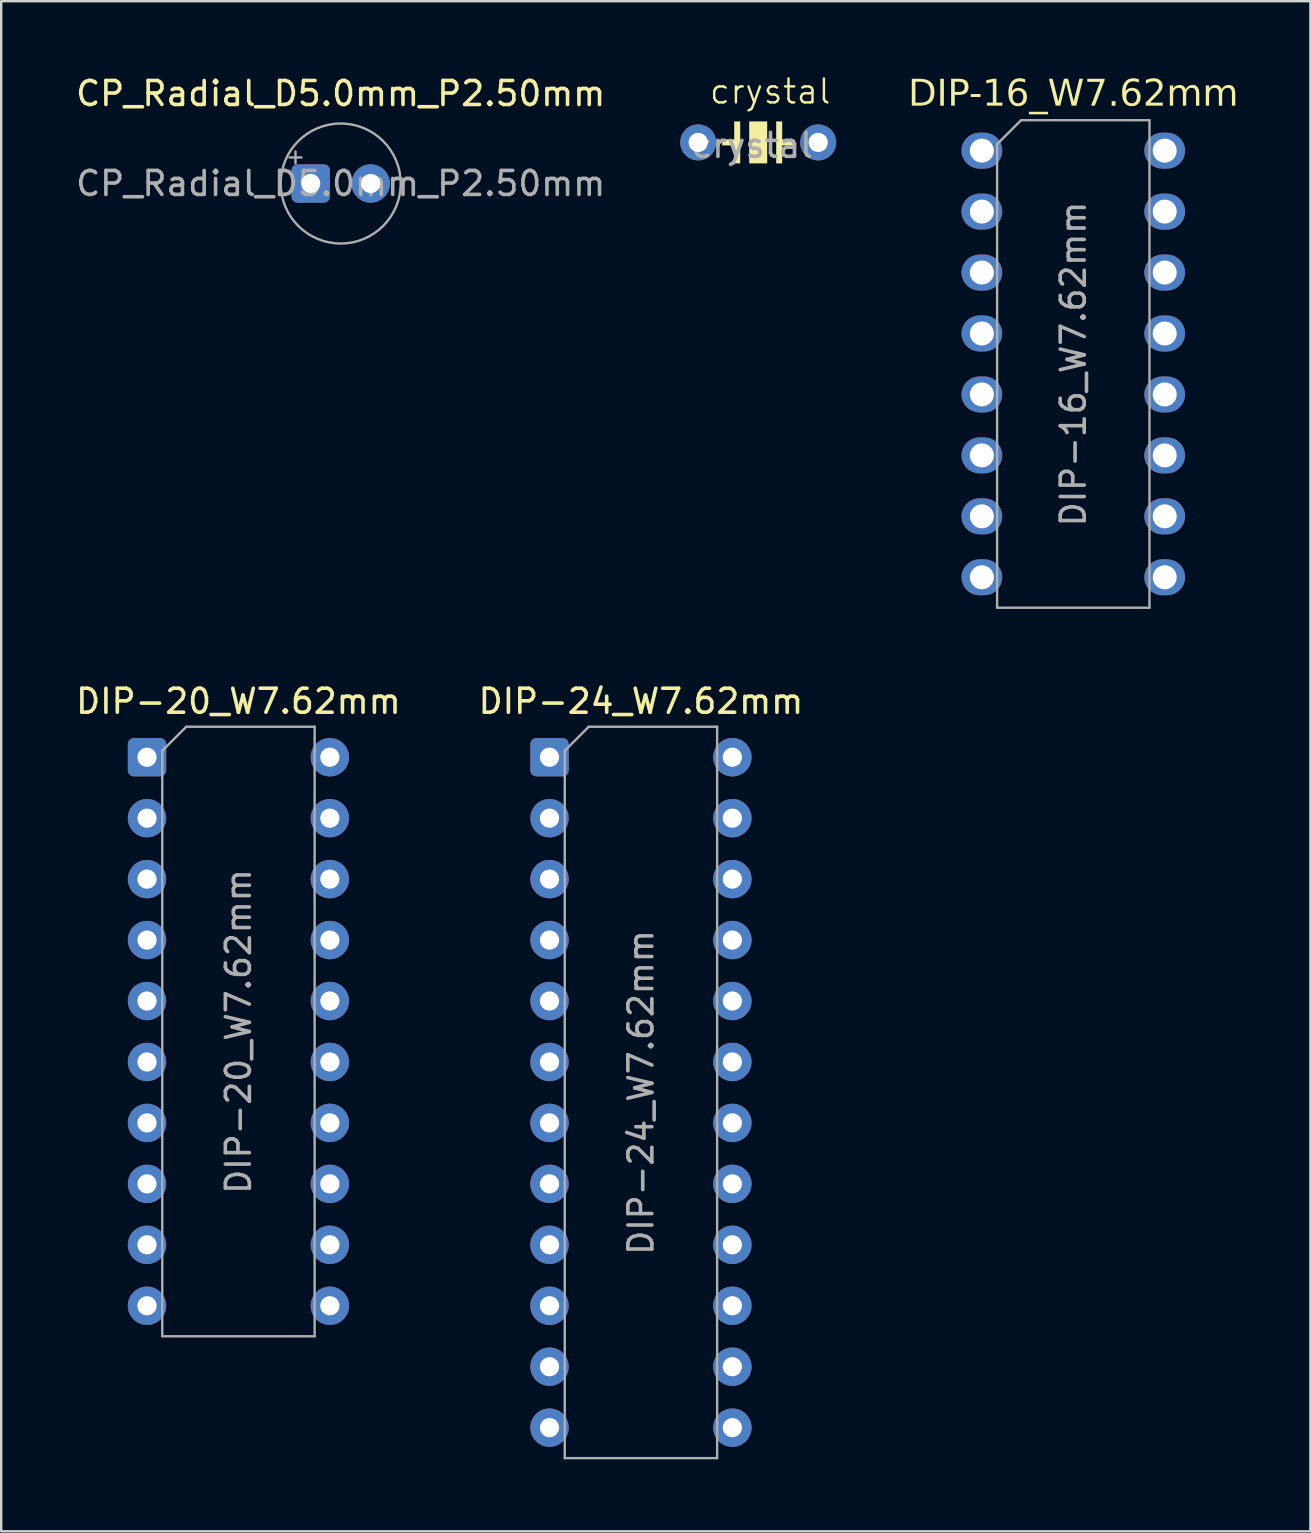
<source format=kicad_pcb>
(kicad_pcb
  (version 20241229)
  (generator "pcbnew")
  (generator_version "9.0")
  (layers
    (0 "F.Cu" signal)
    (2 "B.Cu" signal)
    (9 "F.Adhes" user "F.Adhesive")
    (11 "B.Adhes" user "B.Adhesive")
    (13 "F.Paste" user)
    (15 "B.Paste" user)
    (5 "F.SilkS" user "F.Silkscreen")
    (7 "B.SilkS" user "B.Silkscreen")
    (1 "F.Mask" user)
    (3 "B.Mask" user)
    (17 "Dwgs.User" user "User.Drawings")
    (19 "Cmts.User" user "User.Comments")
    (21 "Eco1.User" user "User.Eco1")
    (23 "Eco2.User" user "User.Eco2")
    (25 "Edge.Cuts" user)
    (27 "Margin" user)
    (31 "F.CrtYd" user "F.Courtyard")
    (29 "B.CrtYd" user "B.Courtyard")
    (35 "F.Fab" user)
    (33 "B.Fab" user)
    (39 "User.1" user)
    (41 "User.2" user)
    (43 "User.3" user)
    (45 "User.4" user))
  (footprint "DIP-24_W7.62mm"
    (layer "F.Cu")
    (at 19.851 28.507)
    (property "Reference" "DIP-24_W7.62mm" (at 3.81 -2.33 0) (layer "F.SilkS") (effects (font (size 1 1) (thickness 0.15))))
    (attr through_hole)
    (fp_line (start 0.635 -0.27) (end 1.635 -1.27) (stroke (width 0.1) (type solid)) (layer "F.Fab"))
    (fp_line (start 0.635 29.21) (end 0.635 -0.27) (stroke (width 0.1) (type solid)) (layer "F.Fab"))
    (fp_line (start 1.635 -1.27) (end 6.985 -1.27) (stroke (width 0.1) (type solid)) (layer "F.Fab"))
    (fp_line (start 6.985 -1.27) (end 6.985 29.21) (stroke (width 0.1) (type solid)) (layer "F.Fab"))
    (fp_line (start 6.985 29.21) (end 0.635 29.21) (stroke (width 0.1) (type solid)) (layer "F.Fab"))
    (fp_text user "${REFERENCE}" (at 3.81 13.97 90) (layer "F.Fab") (effects (font (size 1 1) (thickness 0.15))))
    (pad "1" thru_hole roundrect (at 0 0) (size 1.6 1.6) (drill 0.8) (layers "*.Cu" "*.Mask") (roundrect_rratio 0.156))
    (pad "2" thru_hole circle (at 0 2.54) (size 1.6 1.6) (drill 0.8) (layers "*.Cu" "*.Mask"))
    (pad "3" thru_hole circle (at 0 5.08) (size 1.6 1.6) (drill 0.8) (layers "*.Cu" "*.Mask"))
    (pad "4" thru_hole circle (at 0 7.62) (size 1.6 1.6) (drill 0.8) (layers "*.Cu" "*.Mask"))
    (pad "5" thru_hole circle (at 0 10.16) (size 1.6 1.6) (drill 0.8) (layers "*.Cu" "*.Mask"))
    (pad "6" thru_hole circle (at 0 12.7) (size 1.6 1.6) (drill 0.8) (layers "*.Cu" "*.Mask"))
    (pad "7" thru_hole circle (at 0 15.24) (size 1.6 1.6) (drill 0.8) (layers "*.Cu" "*.Mask"))
    (pad "8" thru_hole circle (at 0 17.78) (size 1.6 1.6) (drill 0.8) (layers "*.Cu" "*.Mask"))
    (pad "9" thru_hole circle (at 0 20.32) (size 1.6 1.6) (drill 0.8) (layers "*.Cu" "*.Mask"))
    (pad "10" thru_hole circle (at 0 22.86) (size 1.6 1.6) (drill 0.8) (layers "*.Cu" "*.Mask"))
    (pad "11" thru_hole circle (at 0 25.4) (size 1.6 1.6) (drill 0.8) (layers "*.Cu" "*.Mask"))
    (pad "12" thru_hole circle (at 0 27.94) (size 1.6 1.6) (drill 0.8) (layers "*.Cu" "*.Mask"))
    (pad "13" thru_hole circle (at 7.62 27.94) (size 1.6 1.6) (drill 0.8) (layers "*.Cu" "*.Mask"))
    (pad "14" thru_hole circle (at 7.62 25.4) (size 1.6 1.6) (drill 0.8) (layers "*.Cu" "*.Mask"))
    (pad "15" thru_hole circle (at 7.62 22.86) (size 1.6 1.6) (drill 0.8) (layers "*.Cu" "*.Mask"))
    (pad "16" thru_hole circle (at 7.62 20.32) (size 1.6 1.6) (drill 0.8) (layers "*.Cu" "*.Mask"))
    (pad "17" thru_hole circle (at 7.62 17.78) (size 1.6 1.6) (drill 0.8) (layers "*.Cu" "*.Mask"))
    (pad "18" thru_hole circle (at 7.62 15.24) (size 1.6 1.6) (drill 0.8) (layers "*.Cu" "*.Mask"))
    (pad "19" thru_hole circle (at 7.62 12.7) (size 1.6 1.6) (drill 0.8) (layers "*.Cu" "*.Mask"))
    (pad "20" thru_hole circle (at 7.62 10.16) (size 1.6 1.6) (drill 0.8) (layers "*.Cu" "*.Mask"))
    (pad "21" thru_hole circle (at 7.62 7.62) (size 1.6 1.6) (drill 0.8) (layers "*.Cu" "*.Mask"))
    (pad "22" thru_hole circle (at 7.62 5.08) (size 1.6 1.6) (drill 0.8) (layers "*.Cu" "*.Mask"))
    (pad "23" thru_hole circle (at 7.62 2.54) (size 1.6 1.6) (drill 0.8) (layers "*.Cu" "*.Mask"))
    (pad "24" thru_hole circle (at 7.62 0) (size 1.6 1.6) (drill 0.8) (layers "*.Cu" "*.Mask")))
  (footprint "crystal"
    (layer "F.Cu")
    (at 26.048 2.885)
    (property "Reference" "crystal" (at 3 -2.125 0) (unlocked yes) (layer "F.SilkS") (effects (font (size 1 1) (thickness 0.1))))
    (attr through_hole)
    (fp_rect (start 2.125 -0.875) (end 2.875 0.875) (stroke (width 0) (type solid)) (fill yes) (layer "F.SilkS"))
    (fp_poly (pts (xy 1.75 0.875) (xy 1.5 0.875) (xy 1.5 0.125) (xy 1 0.125) (xy 1 -0.125) (xy 1.5 -0.125) (xy 1.5 -0.875) (xy 1.75 -0.875)) (stroke (width 0) (type solid)) (fill yes) (layer "F.SilkS"))
    (fp_poly (pts (xy 3.25 -0.875) (xy 3.5 -0.875) (xy 3.5 -0.125) (xy 4 -0.125) (xy 4 0.125) (xy 3.5 0.125) (xy 3.5 0.875) (xy 3.25 0.875)) (stroke (width 0) (type solid)) (fill yes) (layer "F.SilkS"))
    (fp_text user "${REFERENCE}" (at 2.25 0.125 0) (unlocked yes) (layer "F.Fab") (effects (font (size 1 1) (thickness 0.15))))
    (pad "1" thru_hole circle (at 0 0) (size 1.5 1.5) (drill 0.8) (layers "*.Cu" "*.Mask"))
    (pad "2" thru_hole circle (at 5 0) (size 1.5 1.5) (drill 0.8) (layers "*.Cu" "*.Mask")))
  (footprint "DIP-20_W7.62mm"
    (layer "F.Cu")
    (at 3.077 28.507)
    (property "Reference" "DIP-20_W7.62mm" (at 3.81 -2.33 0) (layer "F.SilkS") (effects (font (size 1 1) (thickness 0.15))))
    (attr through_hole)
    (fp_line (start 0.635 -0.27) (end 1.635 -1.27) (stroke (width 0.1) (type solid)) (layer "F.Fab"))
    (fp_line (start 0.635 24.13) (end 0.635 -0.27) (stroke (width 0.1) (type solid)) (layer "F.Fab"))
    (fp_line (start 1.635 -1.27) (end 6.985 -1.27) (stroke (width 0.1) (type solid)) (layer "F.Fab"))
    (fp_line (start 6.985 -1.27) (end 6.985 24.13) (stroke (width 0.1) (type solid)) (layer "F.Fab"))
    (fp_line (start 6.985 24.13) (end 0.635 24.13) (stroke (width 0.1) (type solid)) (layer "F.Fab"))
    (fp_text user "${REFERENCE}" (at 3.81 11.43 90) (layer "F.Fab") (effects (font (size 1 1) (thickness 0.15))))
    (pad "1" thru_hole roundrect (at 0 0) (size 1.6 1.6) (drill 0.8) (layers "*.Cu" "*.Mask") (roundrect_rratio 0.156))
    (pad "2" thru_hole circle (at 0 2.54) (size 1.6 1.6) (drill 0.8) (layers "*.Cu" "*.Mask"))
    (pad "3" thru_hole circle (at 0 5.08) (size 1.6 1.6) (drill 0.8) (layers "*.Cu" "*.Mask"))
    (pad "4" thru_hole circle (at 0 7.62) (size 1.6 1.6) (drill 0.8) (layers "*.Cu" "*.Mask"))
    (pad "5" thru_hole circle (at 0 10.16) (size 1.6 1.6) (drill 0.8) (layers "*.Cu" "*.Mask"))
    (pad "6" thru_hole circle (at 0 12.7) (size 1.6 1.6) (drill 0.8) (layers "*.Cu" "*.Mask"))
    (pad "7" thru_hole circle (at 0 15.24) (size 1.6 1.6) (drill 0.8) (layers "*.Cu" "*.Mask"))
    (pad "8" thru_hole circle (at 0 17.78) (size 1.6 1.6) (drill 0.8) (layers "*.Cu" "*.Mask"))
    (pad "9" thru_hole circle (at 0 20.32) (size 1.6 1.6) (drill 0.8) (layers "*.Cu" "*.Mask"))
    (pad "10" thru_hole circle (at 0 22.86) (size 1.6 1.6) (drill 0.8) (layers "*.Cu" "*.Mask"))
    (pad "11" thru_hole circle (at 7.62 22.86) (size 1.6 1.6) (drill 0.8) (layers "*.Cu" "*.Mask"))
    (pad "12" thru_hole circle (at 7.62 20.32) (size 1.6 1.6) (drill 0.8) (layers "*.Cu" "*.Mask"))
    (pad "13" thru_hole circle (at 7.62 17.78) (size 1.6 1.6) (drill 0.8) (layers "*.Cu" "*.Mask"))
    (pad "14" thru_hole circle (at 7.62 15.24) (size 1.6 1.6) (drill 0.8) (layers "*.Cu" "*.Mask"))
    (pad "15" thru_hole circle (at 7.62 12.7) (size 1.6 1.6) (drill 0.8) (layers "*.Cu" "*.Mask"))
    (pad "16" thru_hole circle (at 7.62 10.16) (size 1.6 1.6) (drill 0.8) (layers "*.Cu" "*.Mask"))
    (pad "17" thru_hole circle (at 7.62 7.62) (size 1.6 1.6) (drill 0.8) (layers "*.Cu" "*.Mask"))
    (pad "18" thru_hole circle (at 7.62 5.08) (size 1.6 1.6) (drill 0.8) (layers "*.Cu" "*.Mask"))
    (pad "19" thru_hole circle (at 7.62 2.54) (size 1.6 1.6) (drill 0.8) (layers "*.Cu" "*.Mask"))
    (pad "20" thru_hole circle (at 7.62 0) (size 1.6 1.6) (drill 0.8) (layers "*.Cu" "*.Mask")))
  (footprint "CP_Radial_D5.0mm_P2.50mm"
    (layer "F.Cu")
    (at 9.899 4.598)
    (property "Reference" "CP_Radial_D5.0mm_P2.50mm" (at 1.25 -3.75 0) (layer "F.SilkS") (effects (font (size 1 1) (thickness 0.15))))
    (attr through_hole)
    (fp_line (start -0.884 -1.087) (end -0.384 -1.087) (stroke (width 0.1) (type solid)) (layer "F.Fab"))
    (fp_line (start -0.634 -1.337) (end -0.634 -0.838) (stroke (width 0.1) (type solid)) (layer "F.Fab"))
    (fp_circle (center 1.25 0) (end 3.75 0) (stroke (width 0.1) (type solid)) (fill no) (layer "F.Fab"))
    (fp_text user "${REFERENCE}" (at 1.25 0 0) (layer "F.Fab") (effects (font (size 1 1) (thickness 0.15))))
    (pad "1" thru_hole roundrect (at 0 0) (size 1.6 1.6) (drill 0.8) (layers "*.Cu" "*.Mask") (roundrect_rratio 0.156))
    (pad "2" thru_hole circle (at 2.5 0) (size 1.6 1.6) (drill 0.8) (layers "*.Cu" "*.Mask")))
  (footprint "DIP-16_W7.62mm"
    (layer "F.Cu")
    (at 37.869 3.228)
    (property "Reference" "DIP-16_W7.62mm" (at 3.81 -2.33 0) (layer "F.SilkS") (effects (font (face "FMD_PCB") (size 1.1 1.1) (thickness 0.15))))
    (attr through_hole)
    (fp_line (start 0.635 -0.27) (end 1.635 -1.27) (stroke (width 0.1) (type solid)) (layer "F.Fab"))
    (fp_line (start 0.635 19.05) (end 0.635 -0.27) (stroke (width 0.1) (type solid)) (layer "F.Fab"))
    (fp_line (start 1.635 -1.27) (end 6.985 -1.27) (stroke (width 0.1) (type solid)) (layer "F.Fab"))
    (fp_line (start 6.985 -1.27) (end 6.985 19.05) (stroke (width 0.1) (type solid)) (layer "F.Fab"))
    (fp_line (start 6.985 19.05) (end 0.635 19.05) (stroke (width 0.1) (type solid)) (layer "F.Fab"))
    (fp_text user "${REFERENCE}" (at 3.81 8.89 90) (layer "F.Fab") (effects (font (size 1 1) (thickness 0.15))))
    (pad "1" thru_hole roundrect (at 0 0) (size 1.7 1.5) (drill 1) (layers "*.Cu" "*.Mask") (roundrect_rratio 0.5))
    (pad "2" thru_hole roundrect (at 0 2.54) (size 1.7 1.5) (drill 1) (layers "*.Cu" "*.Mask") (roundrect_rratio 0.5))
    (pad "3" thru_hole roundrect (at 0 5.08) (size 1.7 1.5) (drill 1) (layers "*.Cu" "*.Mask") (roundrect_rratio 0.5))
    (pad "4" thru_hole roundrect (at 0 7.62) (size 1.7 1.5) (drill 1) (layers "*.Cu" "*.Mask") (roundrect_rratio 0.5))
    (pad "5" thru_hole roundrect (at 0 10.16) (size 1.7 1.5) (drill 1) (layers "*.Cu" "*.Mask") (roundrect_rratio 0.5))
    (pad "6" thru_hole roundrect (at 0 12.7) (size 1.7 1.5) (drill 1) (layers "*.Cu" "*.Mask") (roundrect_rratio 0.5))
    (pad "7" thru_hole roundrect (at 0 15.24) (size 1.7 1.5) (drill 1) (layers "*.Cu" "*.Mask") (roundrect_rratio 0.5))
    (pad "8" thru_hole roundrect (at 0 17.78) (size 1.7 1.5) (drill 1) (layers "*.Cu" "*.Mask") (roundrect_rratio 0.5))
    (pad "9" thru_hole roundrect (at 7.62 17.78) (size 1.7 1.5) (drill 1) (layers "*.Cu" "*.Mask") (roundrect_rratio 0.5))
    (pad "10" thru_hole roundrect (at 7.62 15.24) (size 1.7 1.5) (drill 1) (layers "*.Cu" "*.Mask") (roundrect_rratio 0.5))
    (pad "11" thru_hole roundrect (at 7.62 12.7) (size 1.7 1.5) (drill 1) (layers "*.Cu" "*.Mask") (roundrect_rratio 0.5))
    (pad "12" thru_hole roundrect (at 7.62 10.16) (size 1.7 1.5) (drill 1) (layers "*.Cu" "*.Mask") (roundrect_rratio 0.5))
    (pad "13" thru_hole roundrect (at 7.62 7.62) (size 1.7 1.5) (drill 1) (layers "*.Cu" "*.Mask") (roundrect_rratio 0.5))
    (pad "14" thru_hole roundrect (at 7.62 5.08) (size 1.7 1.5) (drill 1) (layers "*.Cu" "*.Mask") (roundrect_rratio 0.5))
    (pad "15" thru_hole roundrect (at 7.62 2.54) (size 1.7 1.5) (drill 1) (layers "*.Cu" "*.Mask") (roundrect_rratio 0.5))
    (pad "16" thru_hole roundrect (at 7.62 0) (size 1.7 1.5) (drill 1) (layers "*.Cu" "*.Mask") (roundrect_rratio 0.5)))
  (gr_rect
    (start -3 -3)
    (end 51.56 60.767)
    (stroke (width 0.1) (type default))
    (fill no)
    (layer "Edge.Cuts")))
</source>
